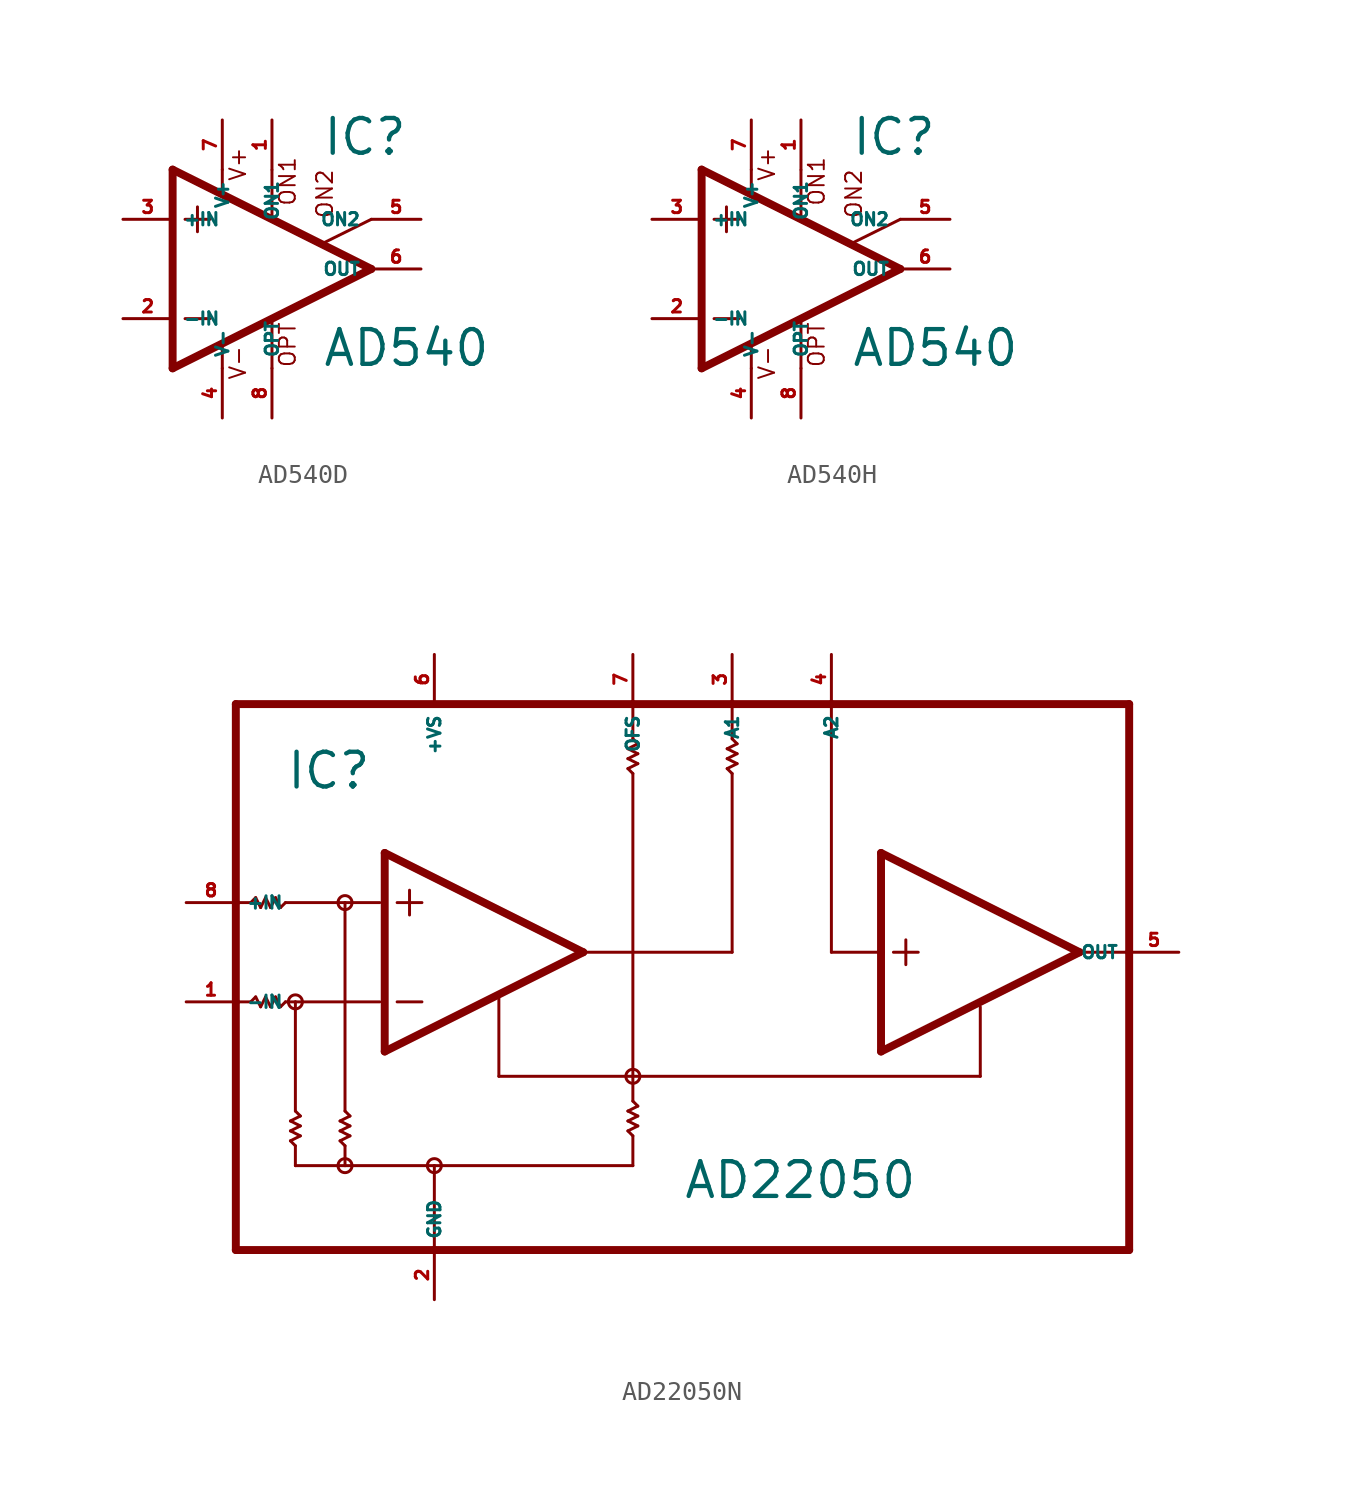
<source format=kicad_sym>
(kicad_symbol_lib
  (version 20220914)
  (generator Eagle2Kicad)
  (symbol "AD540D"
    (property "Reference" "IC"
      (at 2.54 5.715 0)
      (effects (font (size 1.778 1.778) (thickness 0.22)) (justify left bottom)))
    (property "Value" "AD540"
      (at 2.54 -5.08 0)
      (effects (font (size 1.778 1.778) (thickness 0.22)) (justify left bottom)))
    (polyline
      (pts (xy -3.81 3.175) (xy -3.81 1.905))
      (stroke (width 0.152) (type default))
      (fill (type none)))
    (polyline
      (pts (xy -4.445 2.54) (xy -3.175 2.54))
      (stroke (width 0.152) (type default))
      (fill (type none)))
    (polyline
      (pts (xy -4.445 -2.54) (xy -3.175 -2.54))
      (stroke (width 0.152) (type default))
      (fill (type none)))
    (polyline
      (pts (xy -2.54 5.08) (xy -2.54 3.886))
      (stroke (width 0.152) (type default))
      (fill (type none)))
    (polyline
      (pts (xy 0 5.055) (xy 0 2.616))
      (stroke (width 0.152) (type default))
      (fill (type none)))
    (polyline
      (pts (xy 0 -2.616) (xy 0 -5.08))
      (stroke (width 0.152) (type default))
      (fill (type none)))
    (polyline
      (pts (xy -2.54 -3.912) (xy -2.54 -5.08))
      (stroke (width 0.152) (type default))
      (fill (type none)))
    (polyline
      (pts (xy 5.08 2.54) (xy 2.616 1.321))
      (stroke (width 0.152) (type default))
      (fill (type none)))
    (polyline
      (pts (xy 5.08 0) (xy -5.08 5.08))
      (stroke (width 0.406) (type default))
      (fill (type none)))
    (polyline
      (pts (xy -5.08 5.08) (xy -5.08 -5.08))
      (stroke (width 0.406) (type default))
      (fill (type none)))
    (polyline
      (pts (xy -5.08 -5.08) (xy 5.08 0))
      (stroke (width 0.406) (type default))
      (fill (type none)))
    (text "ON1"
      (at 1.27 3.175 900)
      (effects (font (size 0.813 0.813) (thickness 0.10)) (justify left bottom)))
    (text "ON2"
      (at 3.175 2.54 900)
      (effects (font (size 0.813 0.813) (thickness 0.10)) (justify left bottom)))
    (text "OPT"
      (at 1.27 -5.08 900)
      (effects (font (size 0.813 0.813) (thickness 0.10)) (justify left bottom)))
    (text "V+"
      (at -1.27 4.445 900)
      (effects (font (size 0.813 0.813) (thickness 0.10)) (justify left bottom)))
    (text "V-"
      (at -1.27 -5.715 900)
      (effects (font (size 0.813 0.813) (thickness 0.10)) (justify left bottom)))
    (pin passive line
      (at 7.62 2.54 180)
      (length 2.54)
      (name "ON2" (effects (font (size 0.635 0.635) (thickness 0.08)) (justify left bottom)))
      (number "5" (effects (font (size 0.635 0.635) (thickness 0.08)) (justify left bottom))))
    (pin passive line
      (at 0 7.62 270)
      (length 2.54)
      (name "ON1" (effects (font (size 0.635 0.635) (thickness 0.08)) (justify left bottom)))
      (number "1" (effects (font (size 0.635 0.635) (thickness 0.08)) (justify left bottom))))
    (pin input line
      (at -7.62 -2.54 0)
      (length 2.54)
      (name "-IN" (effects (font (size 0.635 0.635) (thickness 0.08)) (justify left bottom)))
      (number "2" (effects (font (size 0.635 0.635) (thickness 0.08)) (justify left bottom))))
    (pin input line
      (at -7.62 2.54 0)
      (length 2.54)
      (name "+IN" (effects (font (size 0.635 0.635) (thickness 0.08)) (justify left bottom)))
      (number "3" (effects (font (size 0.635 0.635) (thickness 0.08)) (justify left bottom))))
    (pin output line
      (at 7.62 0 180)
      (length 2.54)
      (name "OUT" (effects (font (size 0.635 0.635) (thickness 0.08)) (justify left bottom)))
      (number "6" (effects (font (size 0.635 0.635) (thickness 0.08)) (justify left bottom))))
    (pin passive line
      (at 0 -7.62 90)
      (length 2.54)
      (name "OPT" (effects (font (size 0.635 0.635) (thickness 0.08)) (justify left bottom)))
      (number "8" (effects (font (size 0.635 0.635) (thickness 0.08)) (justify left bottom))))
    (pin unspecified line
      (at -2.54 7.62 270)
      (length 2.54)
      (name "V+" (effects (font (size 0.635 0.635) (thickness 0.08)) (justify left bottom)))
      (number "7" (effects (font (size 0.635 0.635) (thickness 0.08)) (justify left bottom))))
    (pin unspecified line
      (at -2.54 -7.62 90)
      (length 2.54)
      (name "V-" (effects (font (size 0.635 0.635) (thickness 0.08)) (justify left bottom)))
      (number "4" (effects (font (size 0.635 0.635) (thickness 0.08)) (justify left bottom)))))
  (symbol "AD540H"
    (property "Reference" "IC"
      (at 2.54 5.715 0)
      (effects (font (size 1.778 1.778) (thickness 0.22)) (justify left bottom)))
    (property "Value" "AD540"
      (at 2.54 -5.08 0)
      (effects (font (size 1.778 1.778) (thickness 0.22)) (justify left bottom)))
    (polyline
      (pts (xy -3.81 3.175) (xy -3.81 1.905))
      (stroke (width 0.152) (type default))
      (fill (type none)))
    (polyline
      (pts (xy -4.445 2.54) (xy -3.175 2.54))
      (stroke (width 0.152) (type default))
      (fill (type none)))
    (polyline
      (pts (xy -4.445 -2.54) (xy -3.175 -2.54))
      (stroke (width 0.152) (type default))
      (fill (type none)))
    (polyline
      (pts (xy -2.54 5.08) (xy -2.54 3.886))
      (stroke (width 0.152) (type default))
      (fill (type none)))
    (polyline
      (pts (xy 0 5.055) (xy 0 2.616))
      (stroke (width 0.152) (type default))
      (fill (type none)))
    (polyline
      (pts (xy 0 -2.616) (xy 0 -5.08))
      (stroke (width 0.152) (type default))
      (fill (type none)))
    (polyline
      (pts (xy -2.54 -3.912) (xy -2.54 -5.08))
      (stroke (width 0.152) (type default))
      (fill (type none)))
    (polyline
      (pts (xy 5.08 2.54) (xy 2.616 1.321))
      (stroke (width 0.152) (type default))
      (fill (type none)))
    (polyline
      (pts (xy 5.08 0) (xy -5.08 5.08))
      (stroke (width 0.406) (type default))
      (fill (type none)))
    (polyline
      (pts (xy -5.08 5.08) (xy -5.08 -5.08))
      (stroke (width 0.406) (type default))
      (fill (type none)))
    (polyline
      (pts (xy -5.08 -5.08) (xy 5.08 0))
      (stroke (width 0.406) (type default))
      (fill (type none)))
    (text "ON1"
      (at 1.27 3.175 900)
      (effects (font (size 0.813 0.813) (thickness 0.10)) (justify left bottom)))
    (text "ON2"
      (at 3.175 2.54 900)
      (effects (font (size 0.813 0.813) (thickness 0.10)) (justify left bottom)))
    (text "OPT"
      (at 1.27 -5.08 900)
      (effects (font (size 0.813 0.813) (thickness 0.10)) (justify left bottom)))
    (text "V+"
      (at -1.27 4.445 900)
      (effects (font (size 0.813 0.813) (thickness 0.10)) (justify left bottom)))
    (text "V-"
      (at -1.27 -5.715 900)
      (effects (font (size 0.813 0.813) (thickness 0.10)) (justify left bottom)))
    (pin passive line
      (at 7.62 2.54 180)
      (length 2.54)
      (name "ON2" (effects (font (size 0.635 0.635) (thickness 0.08)) (justify left bottom)))
      (number "5" (effects (font (size 0.635 0.635) (thickness 0.08)) (justify left bottom))))
    (pin passive line
      (at 0 7.62 270)
      (length 2.54)
      (name "ON1" (effects (font (size 0.635 0.635) (thickness 0.08)) (justify left bottom)))
      (number "1" (effects (font (size 0.635 0.635) (thickness 0.08)) (justify left bottom))))
    (pin input line
      (at -7.62 -2.54 0)
      (length 2.54)
      (name "-IN" (effects (font (size 0.635 0.635) (thickness 0.08)) (justify left bottom)))
      (number "2" (effects (font (size 0.635 0.635) (thickness 0.08)) (justify left bottom))))
    (pin input line
      (at -7.62 2.54 0)
      (length 2.54)
      (name "+IN" (effects (font (size 0.635 0.635) (thickness 0.08)) (justify left bottom)))
      (number "3" (effects (font (size 0.635 0.635) (thickness 0.08)) (justify left bottom))))
    (pin output line
      (at 7.62 0 180)
      (length 2.54)
      (name "OUT" (effects (font (size 0.635 0.635) (thickness 0.08)) (justify left bottom)))
      (number "6" (effects (font (size 0.635 0.635) (thickness 0.08)) (justify left bottom))))
    (pin passive line
      (at 0 -7.62 90)
      (length 2.54)
      (name "OPT" (effects (font (size 0.635 0.635) (thickness 0.08)) (justify left bottom)))
      (number "8" (effects (font (size 0.635 0.635) (thickness 0.08)) (justify left bottom))))
    (pin unspecified line
      (at -2.54 7.62 270)
      (length 2.54)
      (name "V+" (effects (font (size 0.635 0.635) (thickness 0.08)) (justify left bottom)))
      (number "7" (effects (font (size 0.635 0.635) (thickness 0.08)) (justify left bottom))))
    (pin unspecified line
      (at -2.54 -7.62 90)
      (length 2.54)
      (name "V-" (effects (font (size 0.635 0.635) (thickness 0.08)) (justify left bottom)))
      (number "4" (effects (font (size 0.635 0.635) (thickness 0.08)) (justify left bottom)))))
  (symbol "AD22050N"
    (property "Reference" "IC"
      (at -20.32 8.255 0)
      (effects (font (size 1.778 1.778) (thickness 0.22)) (justify left bottom)))
    (property "Value" "AD22050"
      (at 0 -12.7 0)
      (effects (font (size 1.778 1.778) (thickness 0.22)) (justify left bottom)))
    (polyline
      (pts (xy -15.24 5.08) (xy -15.24 -5.08))
      (stroke (width 0.406) (type default))
      (fill (type none)))
    (polyline
      (pts (xy -15.24 -5.08) (xy -5.08 0))
      (stroke (width 0.406) (type default))
      (fill (type none)))
    (polyline
      (pts (xy -5.08 0) (xy -15.24 5.08))
      (stroke (width 0.406) (type default))
      (fill (type none)))
    (polyline
      (pts (xy -13.97 3.175) (xy -13.97 1.905))
      (stroke (width 0.152) (type default))
      (fill (type none)))
    (polyline
      (pts (xy -14.605 2.54) (xy -13.335 2.54))
      (stroke (width 0.152) (type default))
      (fill (type none)))
    (polyline
      (pts (xy -14.605 -2.54) (xy -13.335 -2.54))
      (stroke (width 0.152) (type default))
      (fill (type none)))
    (polyline
      (pts (xy 10.16 5.08) (xy 10.16 0))
      (stroke (width 0.406) (type default))
      (fill (type none)))
    (polyline
      (pts (xy 10.16 0) (xy 10.16 -5.08))
      (stroke (width 0.406) (type default))
      (fill (type none)))
    (polyline
      (pts (xy 10.16 -5.08) (xy 20.32 0))
      (stroke (width 0.406) (type default))
      (fill (type none)))
    (polyline
      (pts (xy 20.32 0) (xy 10.16 5.08))
      (stroke (width 0.406) (type default))
      (fill (type none)))
    (polyline
      (pts (xy 11.43 0.635) (xy 11.43 -0.635))
      (stroke (width 0.152) (type default))
      (fill (type none)))
    (polyline
      (pts (xy 10.795 0) (xy 12.065 0))
      (stroke (width 0.152) (type default))
      (fill (type none)))
    (polyline
      (pts (xy -22.86 12.7) (xy -2.54 12.7))
      (stroke (width 0.406) (type default))
      (fill (type none)))
    (polyline
      (pts (xy -2.54 12.7) (xy 2.54 12.7))
      (stroke (width 0.406) (type default))
      (fill (type none)))
    (polyline
      (pts (xy 2.54 12.7) (xy 7.62 12.7))
      (stroke (width 0.406) (type default))
      (fill (type none)))
    (polyline
      (pts (xy 7.62 12.7) (xy 22.86 12.7))
      (stroke (width 0.406) (type default))
      (fill (type none)))
    (polyline
      (pts (xy 22.86 12.7) (xy 22.86 0))
      (stroke (width 0.406) (type default))
      (fill (type none)))
    (polyline
      (pts (xy 22.86 0) (xy 22.86 -15.24))
      (stroke (width 0.406) (type default))
      (fill (type none)))
    (polyline
      (pts (xy 22.86 -15.24) (xy -12.7 -15.24))
      (stroke (width 0.406) (type default))
      (fill (type none)))
    (polyline
      (pts (xy -12.7 -15.24) (xy -22.86 -15.24))
      (stroke (width 0.406) (type default))
      (fill (type none)))
    (polyline
      (pts (xy -22.86 -15.24) (xy -22.86 -2.54))
      (stroke (width 0.406) (type default))
      (fill (type none)))
    (polyline
      (pts (xy -22.86 -2.54) (xy -22.86 2.54))
      (stroke (width 0.406) (type default))
      (fill (type none)))
    (polyline
      (pts (xy -22.86 2.54) (xy -22.86 12.7))
      (stroke (width 0.406) (type default))
      (fill (type none)))
    (polyline
      (pts (xy -22.86 2.54) (xy -22.098 2.54))
      (stroke (width 0.152) (type default))
      (fill (type none)))
    (polyline
      (pts (xy -22.098 2.54) (xy -21.844 2.794))
      (stroke (width 0.152) (type default))
      (fill (type none)))
    (polyline
      (pts (xy -21.844 2.794) (xy -21.59 2.286))
      (stroke (width 0.152) (type default))
      (fill (type none)))
    (polyline
      (pts (xy -21.59 2.286) (xy -21.336 2.794))
      (stroke (width 0.152) (type default))
      (fill (type none)))
    (polyline
      (pts (xy -21.336 2.794) (xy -21.082 2.286))
      (stroke (width 0.152) (type default))
      (fill (type none)))
    (polyline
      (pts (xy -21.082 2.286) (xy -20.828 2.794))
      (stroke (width 0.152) (type default))
      (fill (type none)))
    (polyline
      (pts (xy -20.828 2.794) (xy -20.574 2.286))
      (stroke (width 0.152) (type default))
      (fill (type none)))
    (polyline
      (pts (xy -20.574 2.286) (xy -20.32 2.54))
      (stroke (width 0.152) (type default))
      (fill (type none)))
    (polyline
      (pts (xy -20.32 2.54) (xy -17.272 2.54))
      (stroke (width 0.152) (type default))
      (fill (type none)))
    (polyline
      (pts (xy -17.272 2.54) (xy -15.494 2.54))
      (stroke (width 0.152) (type default))
      (fill (type none)))
    (polyline
      (pts (xy -22.86 -2.54) (xy -22.098 -2.54))
      (stroke (width 0.152) (type default))
      (fill (type none)))
    (polyline
      (pts (xy -22.098 -2.54) (xy -21.844 -2.286))
      (stroke (width 0.152) (type default))
      (fill (type none)))
    (polyline
      (pts (xy -21.844 -2.286) (xy -21.59 -2.794))
      (stroke (width 0.152) (type default))
      (fill (type none)))
    (polyline
      (pts (xy -21.59 -2.794) (xy -21.336 -2.286))
      (stroke (width 0.152) (type default))
      (fill (type none)))
    (polyline
      (pts (xy -21.336 -2.286) (xy -21.082 -2.794))
      (stroke (width 0.152) (type default))
      (fill (type none)))
    (polyline
      (pts (xy -21.082 -2.794) (xy -20.828 -2.286))
      (stroke (width 0.152) (type default))
      (fill (type none)))
    (polyline
      (pts (xy -20.828 -2.286) (xy -20.574 -2.794))
      (stroke (width 0.152) (type default))
      (fill (type none)))
    (polyline
      (pts (xy -20.574 -2.794) (xy -20.32 -2.54))
      (stroke (width 0.152) (type default))
      (fill (type none)))
    (polyline
      (pts (xy -20.32 -2.54) (xy -19.812 -2.54))
      (stroke (width 0.152) (type default))
      (fill (type none)))
    (polyline
      (pts (xy -19.812 -2.54) (xy -15.494 -2.54))
      (stroke (width 0.152) (type default))
      (fill (type none)))
    (polyline
      (pts (xy -17.272 2.54) (xy -17.272 -8.128))
      (stroke (width 0.152) (type default))
      (fill (type none)))
    (polyline
      (pts (xy -19.812 -2.54) (xy -19.812 -8.128))
      (stroke (width 0.152) (type default))
      (fill (type none)))
    (polyline
      (pts (xy -19.812 -9.906) (xy -20.066 -9.652))
      (stroke (width 0.152) (type default))
      (fill (type none)))
    (polyline
      (pts (xy -20.066 -9.652) (xy -19.558 -9.398))
      (stroke (width 0.152) (type default))
      (fill (type none)))
    (polyline
      (pts (xy -19.558 -9.398) (xy -20.066 -9.144))
      (stroke (width 0.152) (type default))
      (fill (type none)))
    (polyline
      (pts (xy -20.066 -9.144) (xy -19.558 -8.89))
      (stroke (width 0.152) (type default))
      (fill (type none)))
    (polyline
      (pts (xy -19.558 -8.89) (xy -20.066 -8.636))
      (stroke (width 0.152) (type default))
      (fill (type none)))
    (polyline
      (pts (xy -20.066 -8.636) (xy -19.558 -8.382))
      (stroke (width 0.152) (type default))
      (fill (type none)))
    (polyline
      (pts (xy -19.558 -8.382) (xy -19.812 -8.128))
      (stroke (width 0.152) (type default))
      (fill (type none)))
    (polyline
      (pts (xy -17.272 -9.906) (xy -17.526 -9.652))
      (stroke (width 0.152) (type default))
      (fill (type none)))
    (polyline
      (pts (xy -17.526 -9.652) (xy -17.018 -9.398))
      (stroke (width 0.152) (type default))
      (fill (type none)))
    (polyline
      (pts (xy -17.018 -9.398) (xy -17.526 -9.144))
      (stroke (width 0.152) (type default))
      (fill (type none)))
    (polyline
      (pts (xy -17.526 -9.144) (xy -17.018 -8.89))
      (stroke (width 0.152) (type default))
      (fill (type none)))
    (polyline
      (pts (xy -17.018 -8.89) (xy -17.526 -8.636))
      (stroke (width 0.152) (type default))
      (fill (type none)))
    (polyline
      (pts (xy -17.526 -8.636) (xy -17.018 -8.382))
      (stroke (width 0.152) (type default))
      (fill (type none)))
    (polyline
      (pts (xy -17.018 -8.382) (xy -17.272 -8.128))
      (stroke (width 0.152) (type default))
      (fill (type none)))
    (polyline
      (pts (xy -2.54 9.144) (xy -2.794 9.398))
      (stroke (width 0.152) (type default))
      (fill (type none)))
    (polyline
      (pts (xy -2.794 9.398) (xy -2.286 9.652))
      (stroke (width 0.152) (type default))
      (fill (type none)))
    (polyline
      (pts (xy -2.286 9.652) (xy -2.794 9.906))
      (stroke (width 0.152) (type default))
      (fill (type none)))
    (polyline
      (pts (xy -2.794 9.906) (xy -2.286 10.16))
      (stroke (width 0.152) (type default))
      (fill (type none)))
    (polyline
      (pts (xy -2.286 10.16) (xy -2.794 10.414))
      (stroke (width 0.152) (type default))
      (fill (type none)))
    (polyline
      (pts (xy -2.794 10.414) (xy -2.286 10.668))
      (stroke (width 0.152) (type default))
      (fill (type none)))
    (polyline
      (pts (xy -2.286 10.668) (xy -2.54 10.922))
      (stroke (width 0.152) (type default))
      (fill (type none)))
    (polyline
      (pts (xy 2.54 9.144) (xy 2.286 9.398))
      (stroke (width 0.152) (type default))
      (fill (type none)))
    (polyline
      (pts (xy 2.286 9.398) (xy 2.794 9.652))
      (stroke (width 0.152) (type default))
      (fill (type none)))
    (polyline
      (pts (xy 2.794 9.652) (xy 2.286 9.906))
      (stroke (width 0.152) (type default))
      (fill (type none)))
    (polyline
      (pts (xy 2.286 9.906) (xy 2.794 10.16))
      (stroke (width 0.152) (type default))
      (fill (type none)))
    (polyline
      (pts (xy 2.794 10.16) (xy 2.286 10.414))
      (stroke (width 0.152) (type default))
      (fill (type none)))
    (polyline
      (pts (xy 2.286 10.414) (xy 2.794 10.668))
      (stroke (width 0.152) (type default))
      (fill (type none)))
    (polyline
      (pts (xy 2.794 10.668) (xy 2.54 10.922))
      (stroke (width 0.152) (type default))
      (fill (type none)))
    (polyline
      (pts (xy -2.54 -9.398) (xy -2.794 -9.144))
      (stroke (width 0.152) (type default))
      (fill (type none)))
    (polyline
      (pts (xy -2.794 -9.144) (xy -2.286 -8.89))
      (stroke (width 0.152) (type default))
      (fill (type none)))
    (polyline
      (pts (xy -2.286 -8.89) (xy -2.794 -8.636))
      (stroke (width 0.152) (type default))
      (fill (type none)))
    (polyline
      (pts (xy -2.794 -8.636) (xy -2.286 -8.382))
      (stroke (width 0.152) (type default))
      (fill (type none)))
    (polyline
      (pts (xy -2.286 -8.382) (xy -2.794 -8.128))
      (stroke (width 0.152) (type default))
      (fill (type none)))
    (polyline
      (pts (xy -2.794 -8.128) (xy -2.286 -7.874))
      (stroke (width 0.152) (type default))
      (fill (type none)))
    (polyline
      (pts (xy -2.286 -7.874) (xy -2.54 -7.62))
      (stroke (width 0.152) (type default))
      (fill (type none)))
    (polyline
      (pts (xy -2.54 12.7) (xy -2.54 10.922))
      (stroke (width 0.152) (type default))
      (fill (type none)))
    (polyline
      (pts (xy 2.54 12.7) (xy 2.54 10.922))
      (stroke (width 0.152) (type default))
      (fill (type none)))
    (polyline
      (pts (xy -2.54 9.144) (xy -2.54 -6.35))
      (stroke (width 0.152) (type default))
      (fill (type none)))
    (polyline
      (pts (xy -2.54 -6.35) (xy -2.54 -7.62))
      (stroke (width 0.152) (type default))
      (fill (type none)))
    (polyline
      (pts (xy -19.812 -9.906) (xy -19.812 -10.922))
      (stroke (width 0.152) (type default))
      (fill (type none)))
    (polyline
      (pts (xy -19.812 -10.922) (xy -17.272 -10.922))
      (stroke (width 0.152) (type default))
      (fill (type none)))
    (polyline
      (pts (xy -17.272 -10.922) (xy -17.272 -9.906))
      (stroke (width 0.152) (type default))
      (fill (type none)))
    (polyline
      (pts (xy -17.272 -10.922) (xy -12.7 -10.922))
      (stroke (width 0.152) (type default))
      (fill (type none)))
    (polyline
      (pts (xy -12.7 -10.922) (xy -2.54 -10.922))
      (stroke (width 0.152) (type default))
      (fill (type none)))
    (polyline
      (pts (xy -2.54 -10.922) (xy -2.54 -9.398))
      (stroke (width 0.152) (type default))
      (fill (type none)))
    (polyline
      (pts (xy -5.334 0) (xy 2.54 0))
      (stroke (width 0.152) (type default))
      (fill (type none)))
    (polyline
      (pts (xy 2.54 0) (xy 2.54 9.144))
      (stroke (width 0.152) (type default))
      (fill (type none)))
    (polyline
      (pts (xy -9.398 -2.286) (xy -9.398 -6.35))
      (stroke (width 0.152) (type default))
      (fill (type none)))
    (polyline
      (pts (xy -9.398 -6.35) (xy -2.54 -6.35))
      (stroke (width 0.152) (type default))
      (fill (type none)))
    (polyline
      (pts (xy -2.54 -6.35) (xy 15.24 -6.35))
      (stroke (width 0.152) (type default))
      (fill (type none)))
    (polyline
      (pts (xy 15.24 -6.35) (xy 15.24 -2.794))
      (stroke (width 0.152) (type default))
      (fill (type none)))
    (polyline
      (pts (xy -12.7 -10.922) (xy -12.7 -15.24))
      (stroke (width 0.152) (type default))
      (fill (type none)))
    (polyline
      (pts (xy 7.62 12.7) (xy 7.62 0))
      (stroke (width 0.152) (type default))
      (fill (type none)))
    (polyline
      (pts (xy 7.62 0) (xy 10.16 0))
      (stroke (width 0.152) (type default))
      (fill (type none)))
    (polyline
      (pts (xy 20.32 0) (xy 22.86 0))
      (stroke (width 0.152) (type default))
      (fill (type none)))
    (circle
      (center -17.272 2.54)
      (radius 0.359)
      (stroke (width 0) (type default))
      (fill (type none)))
    (circle
      (center -19.812 -2.54)
      (radius 0.359)
      (stroke (width 0) (type default))
      (fill (type none)))
    (circle
      (center -17.272 -10.922)
      (radius 0.359)
      (stroke (width 0) (type default))
      (fill (type none)))
    (circle
      (center -12.7 -10.922)
      (radius 0.359)
      (stroke (width 0) (type default))
      (fill (type none)))
    (circle
      (center -2.54 -6.35)
      (radius 0.359)
      (stroke (width 0) (type default))
      (fill (type none)))
    (pin input line
      (at -25.4 -2.54 0)
      (length 2.54)
      (name "-IN" (effects (font (size 0.635 0.635) (thickness 0.08)) (justify left bottom)))
      (number "1" (effects (font (size 0.635 0.635) (thickness 0.08)) (justify left bottom))))
    (pin input line
      (at -25.4 2.54 0)
      (length 2.54)
      (name "+IN" (effects (font (size 0.635 0.635) (thickness 0.08)) (justify left bottom)))
      (number "8" (effects (font (size 0.635 0.635) (thickness 0.08)) (justify left bottom))))
    (pin output line
      (at 2.54 15.24 270)
      (length 2.54)
      (name "A1" (effects (font (size 0.635 0.635) (thickness 0.08)) (justify left bottom)))
      (number "3" (effects (font (size 0.635 0.635) (thickness 0.08)) (justify left bottom))))
    (pin unspecified line
      (at -12.7 15.24 270)
      (length 2.54)
      (name "+VS" (effects (font (size 0.635 0.635) (thickness 0.08)) (justify left bottom)))
      (number "6" (effects (font (size 0.635 0.635) (thickness 0.08)) (justify left bottom))))
    (pin unspecified line
      (at -12.7 -17.78 90)
      (length 2.54)
      (name "GND" (effects (font (size 0.635 0.635) (thickness 0.08)) (justify left bottom)))
      (number "2" (effects (font (size 0.635 0.635) (thickness 0.08)) (justify left bottom))))
    (pin passive line
      (at -2.54 15.24 270)
      (length 2.54)
      (name "OFS" (effects (font (size 0.635 0.635) (thickness 0.08)) (justify left bottom)))
      (number "7" (effects (font (size 0.635 0.635) (thickness 0.08)) (justify left bottom))))
    (pin input line
      (at 7.62 15.24 270)
      (length 2.54)
      (name "A2" (effects (font (size 0.635 0.635) (thickness 0.08)) (justify left bottom)))
      (number "4" (effects (font (size 0.635 0.635) (thickness 0.08)) (justify left bottom))))
    (pin output line
      (at 25.4 0 180)
      (length 2.54)
      (name "OUT" (effects (font (size 0.635 0.635) (thickness 0.08)) (justify left bottom)))
      (number "5" (effects (font (size 0.635 0.635) (thickness 0.08)) (justify left bottom))))))
</source>
